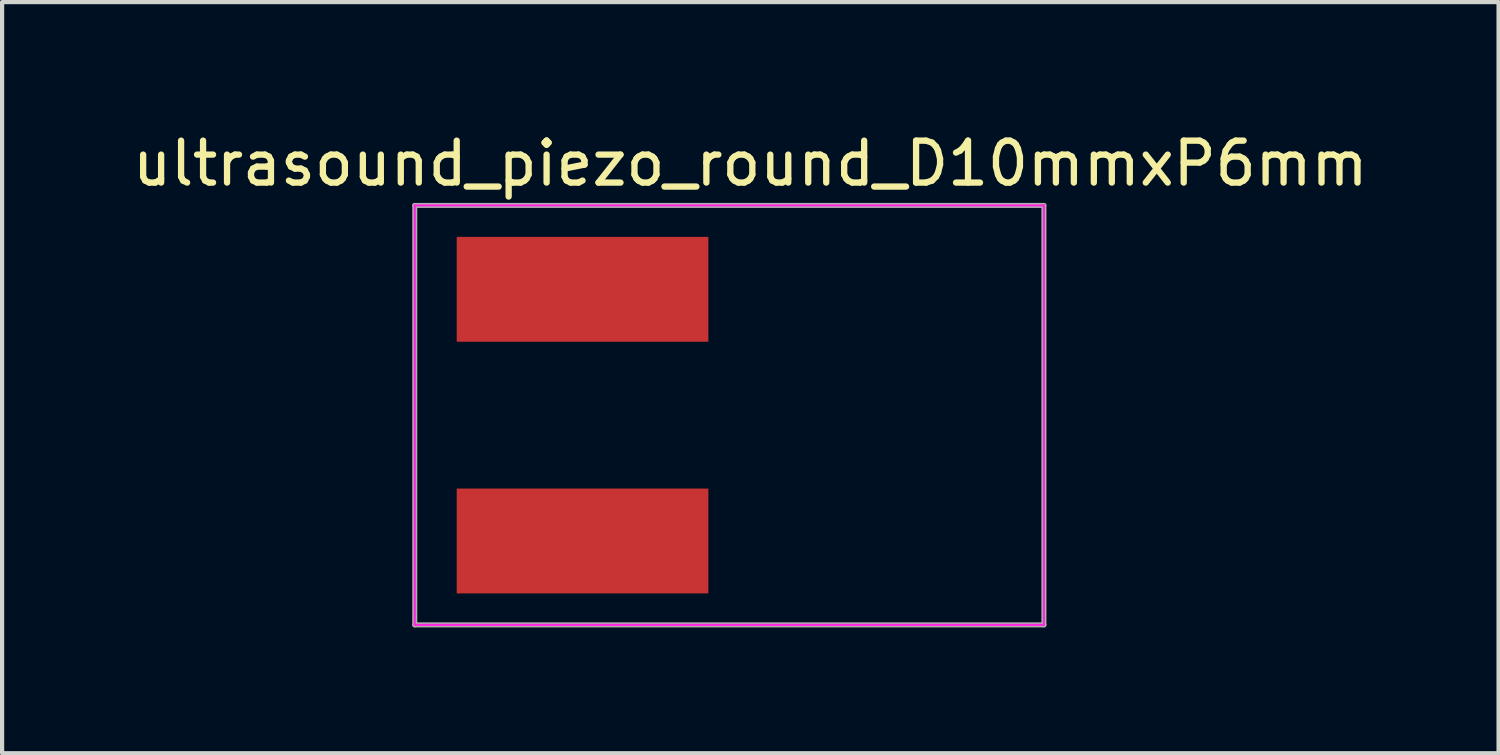
<source format=kicad_pcb>
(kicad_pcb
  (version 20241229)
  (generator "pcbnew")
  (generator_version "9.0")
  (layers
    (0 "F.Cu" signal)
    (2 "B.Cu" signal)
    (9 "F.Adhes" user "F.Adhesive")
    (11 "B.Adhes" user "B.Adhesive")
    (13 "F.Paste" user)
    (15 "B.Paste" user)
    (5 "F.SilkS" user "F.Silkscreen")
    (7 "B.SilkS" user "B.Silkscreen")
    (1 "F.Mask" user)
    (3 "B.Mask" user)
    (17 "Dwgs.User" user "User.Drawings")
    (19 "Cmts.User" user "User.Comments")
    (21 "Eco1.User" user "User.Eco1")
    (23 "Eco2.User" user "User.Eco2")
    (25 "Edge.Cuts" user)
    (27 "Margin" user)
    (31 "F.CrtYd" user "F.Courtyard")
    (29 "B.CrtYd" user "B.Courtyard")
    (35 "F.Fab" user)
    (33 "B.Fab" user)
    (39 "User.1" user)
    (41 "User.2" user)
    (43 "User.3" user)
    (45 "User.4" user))
  (footprint "ultrasound_piezo_round_D10mmxP6mm"
    (layer "F.Cu")
    (at 10.839 6.848)
    (property "Reference" "ultrasound_piezo_round_D10mmxP6mm" (at 4 -6 0) (unlocked yes) (layer "F.SilkS") (effects (font (size 1 1) (thickness 0.15))))
    (attr through_hole)
    (fp_line (start -4 -5) (end -4 5) (stroke (width 0.05) (type solid)) (layer "F.CrtYd"))
    (fp_line (start -4 5) (end 11 5) (stroke (width 0.05) (type solid)) (layer "F.CrtYd"))
    (fp_line (start 11 -5) (end -4 -5) (stroke (width 0.05) (type solid)) (layer "F.CrtYd"))
    (fp_line (start 11 5) (end 11 -5) (stroke (width 0.05) (type solid)) (layer "F.CrtYd"))
    (fp_line (start -4 -5) (end 11 -5) (stroke (width 0.12) (type solid)) (layer "F.Fab"))
    (fp_line (start -4 5) (end -4 -5) (stroke (width 0.12) (type solid)) (layer "F.Fab"))
    (fp_line (start 11 -5) (end 11 5) (stroke (width 0.12) (type solid)) (layer "F.Fab"))
    (fp_line (start 11 5) (end -4 5) (stroke (width 0.12) (type solid)) (layer "F.Fab"))
    (pad "1" smd rect (at 0 -3) (size 6 2.5) (layers "F.Cu" "F.Mask" "F.Paste"))
    (pad "2" smd rect (at 0 3) (size 6 2.5) (layers "F.Cu" "F.Mask" "F.Paste")))
  (gr_rect
    (start -3 -3)
    (end 32.679 14.908)
    (stroke (width 0.1) (type default))
    (fill no)
    (layer "Edge.Cuts")))
</source>
